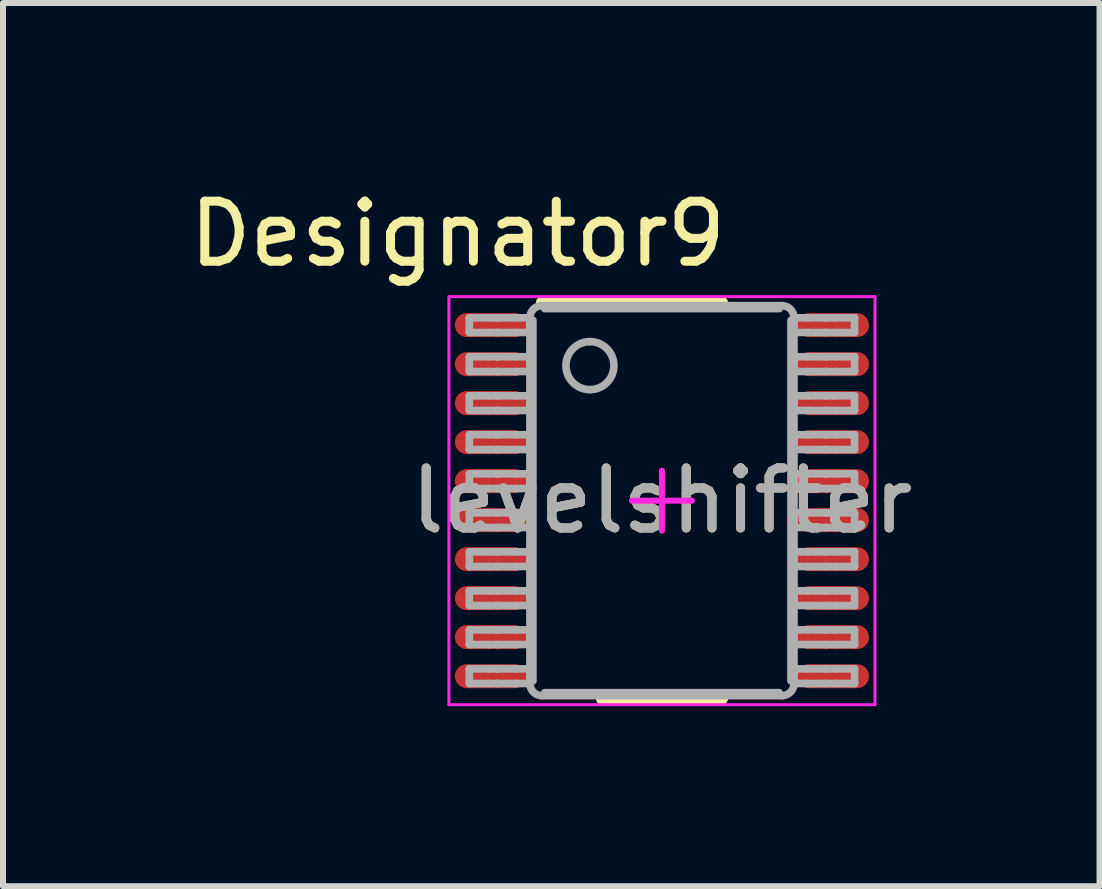
<source format=kicad_pcb>
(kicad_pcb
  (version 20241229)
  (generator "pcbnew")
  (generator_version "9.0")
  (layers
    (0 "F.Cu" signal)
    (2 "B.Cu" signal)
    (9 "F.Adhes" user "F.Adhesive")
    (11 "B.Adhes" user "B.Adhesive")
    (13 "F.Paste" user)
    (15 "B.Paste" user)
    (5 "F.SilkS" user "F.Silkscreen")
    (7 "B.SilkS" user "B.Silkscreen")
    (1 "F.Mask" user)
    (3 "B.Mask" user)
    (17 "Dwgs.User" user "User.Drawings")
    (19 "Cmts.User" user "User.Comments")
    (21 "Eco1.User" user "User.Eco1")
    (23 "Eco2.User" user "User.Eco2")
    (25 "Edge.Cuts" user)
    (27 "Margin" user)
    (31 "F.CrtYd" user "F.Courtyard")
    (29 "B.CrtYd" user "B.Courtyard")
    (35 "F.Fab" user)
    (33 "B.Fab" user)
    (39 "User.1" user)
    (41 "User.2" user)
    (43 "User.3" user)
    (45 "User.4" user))
  (footprint "levelshifter"
    (layer "F.Cu")
    (at 7.981 5.293)
    (property "Reference" "levelshifter" (at 0 0 0) (unlocked yes) (layer "F.SilkS") (effects (font (size 1 1) (thickness 0.15))))
    (attr smd)
    (fp_line (start -2 -3.3) (end 1 -3.3) (stroke (width 0.2) (type solid)) (layer "F.SilkS"))
    (fp_line (start -1 3.3) (end 1 3.3) (stroke (width 0.2) (type solid)) (layer "F.SilkS"))
    (fp_line (start -3.55 -3.4) (end 3.55 -3.4) (stroke (width 0.05) (type solid)) (layer "F.CrtYd"))
    (fp_line (start -3.55 3.4) (end -3.55 -3.4) (stroke (width 0.05) (type solid)) (layer "F.CrtYd"))
    (fp_line (start -3.55 3.4) (end 3.55 3.4) (stroke (width 0.05) (type solid)) (layer "F.CrtYd"))
    (fp_line (start -0.5 0) (end 0.5 0) (stroke (width 0.1) (type solid)) (layer "F.CrtYd"))
    (fp_line (start 0 0.5) (end 0 -0.5) (stroke (width 0.1) (type solid)) (layer "F.CrtYd"))
    (fp_line (start 3.55 3.4) (end 3.55 -3.4) (stroke (width 0.05) (type solid)) (layer "F.CrtYd"))
    (fp_line (start -3.21 -3.047) (end -2.887 -3.047) (stroke (width 0.127) (type solid)) (layer "F.Fab"))
    (fp_line (start -3.21 -2.803) (end -3.21 -3.047) (stroke (width 0.127) (type solid)) (layer "F.Fab"))
    (fp_line (start -3.21 -2.803) (end -2.887 -2.803) (stroke (width 0.127) (type solid)) (layer "F.Fab"))
    (fp_line (start -3.21 -2.398) (end -2.887 -2.398) (stroke (width 0.127) (type solid)) (layer "F.Fab"))
    (fp_line (start -3.21 -2.152) (end -3.21 -2.398) (stroke (width 0.127) (type solid)) (layer "F.Fab"))
    (fp_line (start -3.21 -2.152) (end -2.887 -2.152) (stroke (width 0.127) (type solid)) (layer "F.Fab"))
    (fp_line (start -3.21 -1.747) (end -2.887 -1.747) (stroke (width 0.127) (type solid)) (layer "F.Fab"))
    (fp_line (start -3.21 -1.503) (end -3.21 -1.747) (stroke (width 0.127) (type solid)) (layer "F.Fab"))
    (fp_line (start -3.21 -1.503) (end -2.887 -1.503) (stroke (width 0.127) (type solid)) (layer "F.Fab"))
    (fp_line (start -3.21 -1.098) (end -2.887 -1.098) (stroke (width 0.127) (type solid)) (layer "F.Fab"))
    (fp_line (start -3.21 -0.852) (end -3.21 -1.098) (stroke (width 0.127) (type solid)) (layer "F.Fab"))
    (fp_line (start -3.21 -0.852) (end -2.887 -0.852) (stroke (width 0.127) (type solid)) (layer "F.Fab"))
    (fp_line (start -3.21 -0.447) (end -2.887 -0.447) (stroke (width 0.127) (type solid)) (layer "F.Fab"))
    (fp_line (start -3.21 -0.202) (end -3.21 -0.447) (stroke (width 0.127) (type solid)) (layer "F.Fab"))
    (fp_line (start -3.21 -0.202) (end -2.887 -0.202) (stroke (width 0.127) (type solid)) (layer "F.Fab"))
    (fp_line (start -3.21 0.202) (end -2.887 0.202) (stroke (width 0.127) (type solid)) (layer "F.Fab"))
    (fp_line (start -3.21 0.448) (end -3.21 0.202) (stroke (width 0.127) (type solid)) (layer "F.Fab"))
    (fp_line (start -3.21 0.448) (end -2.887 0.448) (stroke (width 0.127) (type solid)) (layer "F.Fab"))
    (fp_line (start -3.21 0.853) (end -2.887 0.853) (stroke (width 0.127) (type solid)) (layer "F.Fab"))
    (fp_line (start -3.21 1.098) (end -3.21 0.853) (stroke (width 0.127) (type solid)) (layer "F.Fab"))
    (fp_line (start -3.21 1.098) (end -2.887 1.098) (stroke (width 0.127) (type solid)) (layer "F.Fab"))
    (fp_line (start -3.21 1.503) (end -2.887 1.503) (stroke (width 0.127) (type solid)) (layer "F.Fab"))
    (fp_line (start -3.21 1.748) (end -3.21 1.503) (stroke (width 0.127) (type solid)) (layer "F.Fab"))
    (fp_line (start -3.21 1.748) (end -2.887 1.748) (stroke (width 0.127) (type solid)) (layer "F.Fab"))
    (fp_line (start -3.21 2.153) (end -2.887 2.153) (stroke (width 0.127) (type solid)) (layer "F.Fab"))
    (fp_line (start -3.21 2.398) (end -3.21 2.153) (stroke (width 0.127) (type solid)) (layer "F.Fab"))
    (fp_line (start -3.21 2.398) (end -2.887 2.398) (stroke (width 0.127) (type solid)) (layer "F.Fab"))
    (fp_line (start -3.21 2.803) (end -2.887 2.803) (stroke (width 0.127) (type solid)) (layer "F.Fab"))
    (fp_line (start -3.21 3.047) (end -3.21 2.803) (stroke (width 0.127) (type solid)) (layer "F.Fab"))
    (fp_line (start -3.21 3.047) (end -2.887 3.047) (stroke (width 0.127) (type solid)) (layer "F.Fab"))
    (fp_line (start -2.887 -3.047) (end -2.739 -3.047) (stroke (width 0.127) (type solid)) (layer "F.Fab"))
    (fp_line (start -2.887 -2.803) (end -2.739 -2.803) (stroke (width 0.127) (type solid)) (layer "F.Fab"))
    (fp_line (start -2.887 -2.398) (end -2.739 -2.398) (stroke (width 0.127) (type solid)) (layer "F.Fab"))
    (fp_line (start -2.887 -2.152) (end -2.739 -2.152) (stroke (width 0.127) (type solid)) (layer "F.Fab"))
    (fp_line (start -2.887 -1.747) (end -2.739 -1.747) (stroke (width 0.127) (type solid)) (layer "F.Fab"))
    (fp_line (start -2.887 -1.503) (end -2.739 -1.503) (stroke (width 0.127) (type solid)) (layer "F.Fab"))
    (fp_line (start -2.887 -1.098) (end -2.739 -1.098) (stroke (width 0.127) (type solid)) (layer "F.Fab"))
    (fp_line (start -2.887 -0.852) (end -2.739 -0.852) (stroke (width 0.127) (type solid)) (layer "F.Fab"))
    (fp_line (start -2.887 -0.447) (end -2.739 -0.447) (stroke (width 0.127) (type solid)) (layer "F.Fab"))
    (fp_line (start -2.887 -0.202) (end -2.739 -0.202) (stroke (width 0.127) (type solid)) (layer "F.Fab"))
    (fp_line (start -2.887 0.202) (end -2.739 0.202) (stroke (width 0.127) (type solid)) (layer "F.Fab"))
    (fp_line (start -2.887 0.448) (end -2.739 0.448) (stroke (width 0.127) (type solid)) (layer "F.Fab"))
    (fp_line (start -2.887 0.853) (end -2.739 0.853) (stroke (width 0.127) (type solid)) (layer "F.Fab"))
    (fp_line (start -2.887 1.098) (end -2.739 1.098) (stroke (width 0.127) (type solid)) (layer "F.Fab"))
    (fp_line (start -2.887 1.503) (end -2.739 1.503) (stroke (width 0.127) (type solid)) (layer "F.Fab"))
    (fp_line (start -2.887 1.748) (end -2.739 1.748) (stroke (width 0.127) (type solid)) (layer "F.Fab"))
    (fp_line (start -2.887 2.153) (end -2.739 2.153) (stroke (width 0.127) (type solid)) (layer "F.Fab"))
    (fp_line (start -2.887 2.398) (end -2.739 2.398) (stroke (width 0.127) (type solid)) (layer "F.Fab"))
    (fp_line (start -2.887 2.803) (end -2.739 2.803) (stroke (width 0.127) (type solid)) (layer "F.Fab"))
    (fp_line (start -2.887 3.047) (end -2.739 3.047) (stroke (width 0.127) (type solid)) (layer "F.Fab"))
    (fp_line (start -2.739 -3.047) (end -2.733 -3.047) (stroke (width 0.127) (type solid)) (layer "F.Fab"))
    (fp_line (start -2.739 -2.803) (end -2.733 -2.803) (stroke (width 0.127) (type solid)) (layer "F.Fab"))
    (fp_line (start -2.739 -2.398) (end -2.733 -2.398) (stroke (width 0.127) (type solid)) (layer "F.Fab"))
    (fp_line (start -2.739 -2.152) (end -2.733 -2.152) (stroke (width 0.127) (type solid)) (layer "F.Fab"))
    (fp_line (start -2.739 -1.747) (end -2.733 -1.747) (stroke (width 0.127) (type solid)) (layer "F.Fab"))
    (fp_line (start -2.739 -1.503) (end -2.733 -1.503) (stroke (width 0.127) (type solid)) (layer "F.Fab"))
    (fp_line (start -2.739 -1.098) (end -2.733 -1.098) (stroke (width 0.127) (type solid)) (layer "F.Fab"))
    (fp_line (start -2.739 -0.852) (end -2.733 -0.852) (stroke (width 0.127) (type solid)) (layer "F.Fab"))
    (fp_line (start -2.739 -0.447) (end -2.733 -0.447) (stroke (width 0.127) (type solid)) (layer "F.Fab"))
    (fp_line (start -2.739 -0.202) (end -2.733 -0.202) (stroke (width 0.127) (type solid)) (layer "F.Fab"))
    (fp_line (start -2.739 0.202) (end -2.733 0.202) (stroke (width 0.127) (type solid)) (layer "F.Fab"))
    (fp_line (start -2.739 0.448) (end -2.733 0.448) (stroke (width 0.127) (type solid)) (layer "F.Fab"))
    (fp_line (start -2.739 0.853) (end -2.733 0.853) (stroke (width 0.127) (type solid)) (layer "F.Fab"))
    (fp_line (start -2.739 1.098) (end -2.733 1.098) (stroke (width 0.127) (type solid)) (layer "F.Fab"))
    (fp_line (start -2.739 1.503) (end -2.733 1.503) (stroke (width 0.127) (type solid)) (layer "F.Fab"))
    (fp_line (start -2.739 1.748) (end -2.733 1.748) (stroke (width 0.127) (type solid)) (layer "F.Fab"))
    (fp_line (start -2.739 2.153) (end -2.733 2.153) (stroke (width 0.127) (type solid)) (layer "F.Fab"))
    (fp_line (start -2.739 2.398) (end -2.733 2.398) (stroke (width 0.127) (type solid)) (layer "F.Fab"))
    (fp_line (start -2.739 2.803) (end -2.733 2.803) (stroke (width 0.127) (type solid)) (layer "F.Fab"))
    (fp_line (start -2.739 3.047) (end -2.733 3.047) (stroke (width 0.127) (type solid)) (layer "F.Fab"))
    (fp_line (start -2.733 -3.047) (end -2.431 -3.047) (stroke (width 0.127) (type solid)) (layer "F.Fab"))
    (fp_line (start -2.733 -2.803) (end -2.431 -2.803) (stroke (width 0.127) (type solid)) (layer "F.Fab"))
    (fp_line (start -2.733 -2.398) (end -2.431 -2.398) (stroke (width 0.127) (type solid)) (layer "F.Fab"))
    (fp_line (start -2.733 -2.152) (end -2.431 -2.152) (stroke (width 0.127) (type solid)) (layer "F.Fab"))
    (fp_line (start -2.733 -1.747) (end -2.431 -1.747) (stroke (width 0.127) (type solid)) (layer "F.Fab"))
    (fp_line (start -2.733 -1.503) (end -2.431 -1.503) (stroke (width 0.127) (type solid)) (layer "F.Fab"))
    (fp_line (start -2.733 -1.098) (end -2.431 -1.098) (stroke (width 0.127) (type solid)) (layer "F.Fab"))
    (fp_line (start -2.733 -0.852) (end -2.431 -0.852) (stroke (width 0.127) (type solid)) (layer "F.Fab"))
    (fp_line (start -2.733 -0.447) (end -2.431 -0.447) (stroke (width 0.127) (type solid)) (layer "F.Fab"))
    (fp_line (start -2.733 -0.202) (end -2.431 -0.202) (stroke (width 0.127) (type solid)) (layer "F.Fab"))
    (fp_line (start -2.733 0.202) (end -2.431 0.202) (stroke (width 0.127) (type solid)) (layer "F.Fab"))
    (fp_line (start -2.733 0.448) (end -2.431 0.448) (stroke (width 0.127) (type solid)) (layer "F.Fab"))
    (fp_line (start -2.733 0.853) (end -2.431 0.853) (stroke (width 0.127) (type solid)) (layer "F.Fab"))
    (fp_line (start -2.733 1.098) (end -2.431 1.098) (stroke (width 0.127) (type solid)) (layer "F.Fab"))
    (fp_line (start -2.733 1.503) (end -2.431 1.503) (stroke (width 0.127) (type solid)) (layer "F.Fab"))
    (fp_line (start -2.733 1.748) (end -2.431 1.748) (stroke (width 0.127) (type solid)) (layer "F.Fab"))
    (fp_line (start -2.733 2.153) (end -2.431 2.153) (stroke (width 0.127) (type solid)) (layer "F.Fab"))
    (fp_line (start -2.733 2.398) (end -2.431 2.398) (stroke (width 0.127) (type solid)) (layer "F.Fab"))
    (fp_line (start -2.733 2.803) (end -2.431 2.803) (stroke (width 0.127) (type solid)) (layer "F.Fab"))
    (fp_line (start -2.733 3.047) (end -2.431 3.047) (stroke (width 0.127) (type solid)) (layer "F.Fab"))
    (fp_line (start -2.431 -3.047) (end -2.2 -3.047) (stroke (width 0.127) (type solid)) (layer "F.Fab"))
    (fp_line (start -2.431 -2.803) (end -2.2 -2.803) (stroke (width 0.127) (type solid)) (layer "F.Fab"))
    (fp_line (start -2.431 -2.398) (end -2.2 -2.398) (stroke (width 0.127) (type solid)) (layer "F.Fab"))
    (fp_line (start -2.431 -2.152) (end -2.2 -2.152) (stroke (width 0.127) (type solid)) (layer "F.Fab"))
    (fp_line (start -2.431 -1.747) (end -2.2 -1.747) (stroke (width 0.127) (type solid)) (layer "F.Fab"))
    (fp_line (start -2.431 -1.503) (end -2.2 -1.503) (stroke (width 0.127) (type solid)) (layer "F.Fab"))
    (fp_line (start -2.431 -1.098) (end -2.2 -1.098) (stroke (width 0.127) (type solid)) (layer "F.Fab"))
    (fp_line (start -2.431 -0.852) (end -2.2 -0.852) (stroke (width 0.127) (type solid)) (layer "F.Fab"))
    (fp_line (start -2.431 -0.447) (end -2.2 -0.447) (stroke (width 0.127) (type solid)) (layer "F.Fab"))
    (fp_line (start -2.431 -0.202) (end -2.2 -0.202) (stroke (width 0.127) (type solid)) (layer "F.Fab"))
    (fp_line (start -2.431 0.202) (end -2.2 0.202) (stroke (width 0.127) (type solid)) (layer "F.Fab"))
    (fp_line (start -2.431 0.448) (end -2.2 0.448) (stroke (width 0.127) (type solid)) (layer "F.Fab"))
    (fp_line (start -2.431 0.853) (end -2.2 0.853) (stroke (width 0.127) (type solid)) (layer "F.Fab"))
    (fp_line (start -2.431 1.098) (end -2.2 1.098) (stroke (width 0.127) (type solid)) (layer "F.Fab"))
    (fp_line (start -2.431 1.503) (end -2.2 1.503) (stroke (width 0.127) (type solid)) (layer "F.Fab"))
    (fp_line (start -2.431 1.748) (end -2.2 1.748) (stroke (width 0.127) (type solid)) (layer "F.Fab"))
    (fp_line (start -2.431 2.153) (end -2.2 2.153) (stroke (width 0.127) (type solid)) (layer "F.Fab"))
    (fp_line (start -2.431 2.398) (end -2.2 2.398) (stroke (width 0.127) (type solid)) (layer "F.Fab"))
    (fp_line (start -2.431 2.803) (end -2.2 2.803) (stroke (width 0.127) (type solid)) (layer "F.Fab"))
    (fp_line (start -2.431 3.047) (end -2.2 3.047) (stroke (width 0.127) (type solid)) (layer "F.Fab"))
    (fp_line (start -2.2 -2.803) (end -2.2 -3.047) (stroke (width 0.127) (type solid)) (layer "F.Fab"))
    (fp_line (start -2.2 -2.152) (end -2.2 -2.398) (stroke (width 0.127) (type solid)) (layer "F.Fab"))
    (fp_line (start -2.2 -1.503) (end -2.2 -1.747) (stroke (width 0.127) (type solid)) (layer "F.Fab"))
    (fp_line (start -2.2 -0.852) (end -2.2 -1.098) (stroke (width 0.127) (type solid)) (layer "F.Fab"))
    (fp_line (start -2.2 -0.202) (end -2.2 -0.447) (stroke (width 0.127) (type solid)) (layer "F.Fab"))
    (fp_line (start -2.2 0.448) (end -2.2 0.202) (stroke (width 0.127) (type solid)) (layer "F.Fab"))
    (fp_line (start -2.2 1.098) (end -2.2 0.853) (stroke (width 0.127) (type solid)) (layer "F.Fab"))
    (fp_line (start -2.2 1.748) (end -2.2 1.503) (stroke (width 0.127) (type solid)) (layer "F.Fab"))
    (fp_line (start -2.2 2.398) (end -2.2 2.153) (stroke (width 0.127) (type solid)) (layer "F.Fab"))
    (fp_line (start -2.2 3.047) (end -2.2 2.803) (stroke (width 0.127) (type solid)) (layer "F.Fab"))
    (fp_line (start -2.2 3.05) (end -2.2 -3.05) (stroke (width 0.127) (type solid)) (layer "F.Fab"))
    (fp_line (start -2.15 3.004) (end -2.15 -3.004) (stroke (width 0.127) (type solid)) (layer "F.Fab"))
    (fp_line (start -2 -3.25) (end 2 -3.25) (stroke (width 0.127) (type solid)) (layer "F.Fab"))
    (fp_line (start -2 3.25) (end 2 3.25) (stroke (width 0.127) (type solid)) (layer "F.Fab"))
    (fp_line (start -1.954 -3.2) (end 1.954 -3.2) (stroke (width 0.127) (type solid)) (layer "F.Fab"))
    (fp_line (start -1.954 3.2) (end 1.954 3.2) (stroke (width 0.127) (type solid)) (layer "F.Fab"))
    (fp_line (start 2.15 3.004) (end 2.15 -3.004) (stroke (width 0.127) (type solid)) (layer "F.Fab"))
    (fp_line (start 2.2 -3.047) (end 2.43 -3.047) (stroke (width 0.127) (type solid)) (layer "F.Fab"))
    (fp_line (start 2.2 -2.803) (end 2.2 -3.047) (stroke (width 0.127) (type solid)) (layer "F.Fab"))
    (fp_line (start 2.2 -2.803) (end 2.43 -2.803) (stroke (width 0.127) (type solid)) (layer "F.Fab"))
    (fp_line (start 2.2 -2.398) (end 2.43 -2.398) (stroke (width 0.127) (type solid)) (layer "F.Fab"))
    (fp_line (start 2.2 -2.152) (end 2.2 -2.398) (stroke (width 0.127) (type solid)) (layer "F.Fab"))
    (fp_line (start 2.2 -2.152) (end 2.43 -2.152) (stroke (width 0.127) (type solid)) (layer "F.Fab"))
    (fp_line (start 2.2 -1.747) (end 2.43 -1.747) (stroke (width 0.127) (type solid)) (layer "F.Fab"))
    (fp_line (start 2.2 -1.503) (end 2.2 -1.747) (stroke (width 0.127) (type solid)) (layer "F.Fab"))
    (fp_line (start 2.2 -1.503) (end 2.43 -1.503) (stroke (width 0.127) (type solid)) (layer "F.Fab"))
    (fp_line (start 2.2 -1.098) (end 2.43 -1.098) (stroke (width 0.127) (type solid)) (layer "F.Fab"))
    (fp_line (start 2.2 -0.852) (end 2.2 -1.098) (stroke (width 0.127) (type solid)) (layer "F.Fab"))
    (fp_line (start 2.2 -0.852) (end 2.43 -0.852) (stroke (width 0.127) (type solid)) (layer "F.Fab"))
    (fp_line (start 2.2 -0.447) (end 2.43 -0.447) (stroke (width 0.127) (type solid)) (layer "F.Fab"))
    (fp_line (start 2.2 -0.202) (end 2.2 -0.447) (stroke (width 0.127) (type solid)) (layer "F.Fab"))
    (fp_line (start 2.2 -0.202) (end 2.43 -0.202) (stroke (width 0.127) (type solid)) (layer "F.Fab"))
    (fp_line (start 2.2 0.202) (end 2.43 0.202) (stroke (width 0.127) (type solid)) (layer "F.Fab"))
    (fp_line (start 2.2 0.448) (end 2.2 0.202) (stroke (width 0.127) (type solid)) (layer "F.Fab"))
    (fp_line (start 2.2 0.448) (end 2.43 0.448) (stroke (width 0.127) (type solid)) (layer "F.Fab"))
    (fp_line (start 2.2 0.853) (end 2.43 0.853) (stroke (width 0.127) (type solid)) (layer "F.Fab"))
    (fp_line (start 2.2 1.098) (end 2.2 0.853) (stroke (width 0.127) (type solid)) (layer "F.Fab"))
    (fp_line (start 2.2 1.098) (end 2.43 1.098) (stroke (width 0.127) (type solid)) (layer "F.Fab"))
    (fp_line (start 2.2 1.503) (end 2.43 1.503) (stroke (width 0.127) (type solid)) (layer "F.Fab"))
    (fp_line (start 2.2 1.748) (end 2.2 1.503) (stroke (width 0.127) (type solid)) (layer "F.Fab"))
    (fp_line (start 2.2 1.748) (end 2.43 1.748) (stroke (width 0.127) (type solid)) (layer "F.Fab"))
    (fp_line (start 2.2 2.153) (end 2.43 2.153) (stroke (width 0.127) (type solid)) (layer "F.Fab"))
    (fp_line (start 2.2 2.398) (end 2.2 2.153) (stroke (width 0.127) (type solid)) (layer "F.Fab"))
    (fp_line (start 2.2 2.398) (end 2.43 2.398) (stroke (width 0.127) (type solid)) (layer "F.Fab"))
    (fp_line (start 2.2 2.803) (end 2.43 2.803) (stroke (width 0.127) (type solid)) (layer "F.Fab"))
    (fp_line (start 2.2 3.047) (end 2.2 2.803) (stroke (width 0.127) (type solid)) (layer "F.Fab"))
    (fp_line (start 2.2 3.047) (end 2.43 3.047) (stroke (width 0.127) (type solid)) (layer "F.Fab"))
    (fp_line (start 2.2 3.05) (end 2.2 -3.05) (stroke (width 0.127) (type solid)) (layer "F.Fab"))
    (fp_line (start 2.43 -3.047) (end 2.733 -3.047) (stroke (width 0.127) (type solid)) (layer "F.Fab"))
    (fp_line (start 2.43 -2.803) (end 2.733 -2.803) (stroke (width 0.127) (type solid)) (layer "F.Fab"))
    (fp_line (start 2.43 -2.398) (end 2.733 -2.398) (stroke (width 0.127) (type solid)) (layer "F.Fab"))
    (fp_line (start 2.43 -2.152) (end 2.733 -2.152) (stroke (width 0.127) (type solid)) (layer "F.Fab"))
    (fp_line (start 2.43 -1.747) (end 2.733 -1.747) (stroke (width 0.127) (type solid)) (layer "F.Fab"))
    (fp_line (start 2.43 -1.503) (end 2.733 -1.503) (stroke (width 0.127) (type solid)) (layer "F.Fab"))
    (fp_line (start 2.43 -1.098) (end 2.733 -1.098) (stroke (width 0.127) (type solid)) (layer "F.Fab"))
    (fp_line (start 2.43 -0.852) (end 2.733 -0.852) (stroke (width 0.127) (type solid)) (layer "F.Fab"))
    (fp_line (start 2.43 -0.447) (end 2.733 -0.447) (stroke (width 0.127) (type solid)) (layer "F.Fab"))
    (fp_line (start 2.43 -0.202) (end 2.733 -0.202) (stroke (width 0.127) (type solid)) (layer "F.Fab"))
    (fp_line (start 2.43 0.202) (end 2.733 0.202) (stroke (width 0.127) (type solid)) (layer "F.Fab"))
    (fp_line (start 2.43 0.448) (end 2.733 0.448) (stroke (width 0.127) (type solid)) (layer "F.Fab"))
    (fp_line (start 2.43 0.853) (end 2.733 0.853) (stroke (width 0.127) (type solid)) (layer "F.Fab"))
    (fp_line (start 2.43 1.098) (end 2.733 1.098) (stroke (width 0.127) (type solid)) (layer "F.Fab"))
    (fp_line (start 2.43 1.503) (end 2.733 1.503) (stroke (width 0.127) (type solid)) (layer "F.Fab"))
    (fp_line (start 2.43 1.748) (end 2.733 1.748) (stroke (width 0.127) (type solid)) (layer "F.Fab"))
    (fp_line (start 2.43 2.153) (end 2.733 2.153) (stroke (width 0.127) (type solid)) (layer "F.Fab"))
    (fp_line (start 2.43 2.398) (end 2.733 2.398) (stroke (width 0.127) (type solid)) (layer "F.Fab"))
    (fp_line (start 2.43 2.803) (end 2.733 2.803) (stroke (width 0.127) (type solid)) (layer "F.Fab"))
    (fp_line (start 2.43 3.047) (end 2.733 3.047) (stroke (width 0.127) (type solid)) (layer "F.Fab"))
    (fp_line (start 2.733 -3.047) (end 2.739 -3.047) (stroke (width 0.127) (type solid)) (layer "F.Fab"))
    (fp_line (start 2.733 -2.803) (end 2.739 -2.803) (stroke (width 0.127) (type solid)) (layer "F.Fab"))
    (fp_line (start 2.733 -2.398) (end 2.739 -2.398) (stroke (width 0.127) (type solid)) (layer "F.Fab"))
    (fp_line (start 2.733 -2.152) (end 2.739 -2.152) (stroke (width 0.127) (type solid)) (layer "F.Fab"))
    (fp_line (start 2.733 -1.747) (end 2.739 -1.747) (stroke (width 0.127) (type solid)) (layer "F.Fab"))
    (fp_line (start 2.733 -1.503) (end 2.739 -1.503) (stroke (width 0.127) (type solid)) (layer "F.Fab"))
    (fp_line (start 2.733 -1.098) (end 2.739 -1.098) (stroke (width 0.127) (type solid)) (layer "F.Fab"))
    (fp_line (start 2.733 -0.852) (end 2.739 -0.852) (stroke (width 0.127) (type solid)) (layer "F.Fab"))
    (fp_line (start 2.733 -0.447) (end 2.739 -0.447) (stroke (width 0.127) (type solid)) (layer "F.Fab"))
    (fp_line (start 2.733 -0.202) (end 2.739 -0.202) (stroke (width 0.127) (type solid)) (layer "F.Fab"))
    (fp_line (start 2.733 0.202) (end 2.739 0.202) (stroke (width 0.127) (type solid)) (layer "F.Fab"))
    (fp_line (start 2.733 0.448) (end 2.739 0.448) (stroke (width 0.127) (type solid)) (layer "F.Fab"))
    (fp_line (start 2.733 0.853) (end 2.739 0.853) (stroke (width 0.127) (type solid)) (layer "F.Fab"))
    (fp_line (start 2.733 1.098) (end 2.739 1.098) (stroke (width 0.127) (type solid)) (layer "F.Fab"))
    (fp_line (start 2.733 1.503) (end 2.739 1.503) (stroke (width 0.127) (type solid)) (layer "F.Fab"))
    (fp_line (start 2.733 1.748) (end 2.739 1.748) (stroke (width 0.127) (type solid)) (layer "F.Fab"))
    (fp_line (start 2.733 2.153) (end 2.739 2.153) (stroke (width 0.127) (type solid)) (layer "F.Fab"))
    (fp_line (start 2.733 2.398) (end 2.739 2.398) (stroke (width 0.127) (type solid)) (layer "F.Fab"))
    (fp_line (start 2.733 2.803) (end 2.739 2.803) (stroke (width 0.127) (type solid)) (layer "F.Fab"))
    (fp_line (start 2.733 3.047) (end 2.739 3.047) (stroke (width 0.127) (type solid)) (layer "F.Fab"))
    (fp_line (start 2.739 -3.047) (end 2.887 -3.047) (stroke (width 0.127) (type solid)) (layer "F.Fab"))
    (fp_line (start 2.739 -2.803) (end 2.887 -2.803) (stroke (width 0.127) (type solid)) (layer "F.Fab"))
    (fp_line (start 2.739 -2.398) (end 2.887 -2.398) (stroke (width 0.127) (type solid)) (layer "F.Fab"))
    (fp_line (start 2.739 -2.152) (end 2.887 -2.152) (stroke (width 0.127) (type solid)) (layer "F.Fab"))
    (fp_line (start 2.739 -1.747) (end 2.887 -1.747) (stroke (width 0.127) (type solid)) (layer "F.Fab"))
    (fp_line (start 2.739 -1.503) (end 2.887 -1.503) (stroke (width 0.127) (type solid)) (layer "F.Fab"))
    (fp_line (start 2.739 -1.098) (end 2.887 -1.098) (stroke (width 0.127) (type solid)) (layer "F.Fab"))
    (fp_line (start 2.739 -0.852) (end 2.887 -0.852) (stroke (width 0.127) (type solid)) (layer "F.Fab"))
    (fp_line (start 2.739 -0.447) (end 2.887 -0.447) (stroke (width 0.127) (type solid)) (layer "F.Fab"))
    (fp_line (start 2.739 -0.202) (end 2.887 -0.202) (stroke (width 0.127) (type solid)) (layer "F.Fab"))
    (fp_line (start 2.739 0.202) (end 2.887 0.202) (stroke (width 0.127) (type solid)) (layer "F.Fab"))
    (fp_line (start 2.739 0.448) (end 2.887 0.448) (stroke (width 0.127) (type solid)) (layer "F.Fab"))
    (fp_line (start 2.739 0.853) (end 2.887 0.853) (stroke (width 0.127) (type solid)) (layer "F.Fab"))
    (fp_line (start 2.739 1.098) (end 2.887 1.098) (stroke (width 0.127) (type solid)) (layer "F.Fab"))
    (fp_line (start 2.739 1.503) (end 2.887 1.503) (stroke (width 0.127) (type solid)) (layer "F.Fab"))
    (fp_line (start 2.739 1.748) (end 2.887 1.748) (stroke (width 0.127) (type solid)) (layer "F.Fab"))
    (fp_line (start 2.739 2.153) (end 2.887 2.153) (stroke (width 0.127) (type solid)) (layer "F.Fab"))
    (fp_line (start 2.739 2.398) (end 2.887 2.398) (stroke (width 0.127) (type solid)) (layer "F.Fab"))
    (fp_line (start 2.739 2.803) (end 2.887 2.803) (stroke (width 0.127) (type solid)) (layer "F.Fab"))
    (fp_line (start 2.739 3.047) (end 2.887 3.047) (stroke (width 0.127) (type solid)) (layer "F.Fab"))
    (fp_line (start 2.887 -3.047) (end 3.21 -3.047) (stroke (width 0.127) (type solid)) (layer "F.Fab"))
    (fp_line (start 2.887 -2.803) (end 3.21 -2.803) (stroke (width 0.127) (type solid)) (layer "F.Fab"))
    (fp_line (start 2.887 -2.398) (end 3.21 -2.398) (stroke (width 0.127) (type solid)) (layer "F.Fab"))
    (fp_line (start 2.887 -2.152) (end 3.21 -2.152) (stroke (width 0.127) (type solid)) (layer "F.Fab"))
    (fp_line (start 2.887 -1.747) (end 3.21 -1.747) (stroke (width 0.127) (type solid)) (layer "F.Fab"))
    (fp_line (start 2.887 -1.503) (end 3.21 -1.503) (stroke (width 0.127) (type solid)) (layer "F.Fab"))
    (fp_line (start 2.887 -1.098) (end 3.21 -1.098) (stroke (width 0.127) (type solid)) (layer "F.Fab"))
    (fp_line (start 2.887 -0.852) (end 3.21 -0.852) (stroke (width 0.127) (type solid)) (layer "F.Fab"))
    (fp_line (start 2.887 -0.447) (end 3.21 -0.447) (stroke (width 0.127) (type solid)) (layer "F.Fab"))
    (fp_line (start 2.887 -0.202) (end 3.21 -0.202) (stroke (width 0.127) (type solid)) (layer "F.Fab"))
    (fp_line (start 2.887 0.202) (end 3.21 0.202) (stroke (width 0.127) (type solid)) (layer "F.Fab"))
    (fp_line (start 2.887 0.448) (end 3.21 0.448) (stroke (width 0.127) (type solid)) (layer "F.Fab"))
    (fp_line (start 2.887 0.853) (end 3.21 0.853) (stroke (width 0.127) (type solid)) (layer "F.Fab"))
    (fp_line (start 2.887 1.098) (end 3.21 1.098) (stroke (width 0.127) (type solid)) (layer "F.Fab"))
    (fp_line (start 2.887 1.503) (end 3.21 1.503) (stroke (width 0.127) (type solid)) (layer "F.Fab"))
    (fp_line (start 2.887 1.748) (end 3.21 1.748) (stroke (width 0.127) (type solid)) (layer "F.Fab"))
    (fp_line (start 2.887 2.153) (end 3.21 2.153) (stroke (width 0.127) (type solid)) (layer "F.Fab"))
    (fp_line (start 2.887 2.398) (end 3.21 2.398) (stroke (width 0.127) (type solid)) (layer "F.Fab"))
    (fp_line (start 2.887 2.803) (end 3.21 2.803) (stroke (width 0.127) (type solid)) (layer "F.Fab"))
    (fp_line (start 2.887 3.047) (end 3.21 3.047) (stroke (width 0.127) (type solid)) (layer "F.Fab"))
    (fp_line (start 3.21 -2.803) (end 3.21 -3.047) (stroke (width 0.127) (type solid)) (layer "F.Fab"))
    (fp_line (start 3.21 -2.152) (end 3.21 -2.398) (stroke (width 0.127) (type solid)) (layer "F.Fab"))
    (fp_line (start 3.21 -1.503) (end 3.21 -1.747) (stroke (width 0.127) (type solid)) (layer "F.Fab"))
    (fp_line (start 3.21 -0.852) (end 3.21 -1.098) (stroke (width 0.127) (type solid)) (layer "F.Fab"))
    (fp_line (start 3.21 -0.202) (end 3.21 -0.447) (stroke (width 0.127) (type solid)) (layer "F.Fab"))
    (fp_line (start 3.21 0.448) (end 3.21 0.202) (stroke (width 0.127) (type solid)) (layer "F.Fab"))
    (fp_line (start 3.21 1.098) (end 3.21 0.853) (stroke (width 0.127) (type solid)) (layer "F.Fab"))
    (fp_line (start 3.21 1.748) (end 3.21 1.503) (stroke (width 0.127) (type solid)) (layer "F.Fab"))
    (fp_line (start 3.21 2.398) (end 3.21 2.153) (stroke (width 0.127) (type solid)) (layer "F.Fab"))
    (fp_line (start 3.21 3.047) (end 3.21 2.803) (stroke (width 0.127) (type solid)) (layer "F.Fab"))
    (fp_arc (start -2.200026 -3.050001) (mid -2.141435 -3.191428) (end -2.000001 -3.250001) (stroke (width 0.127) (type solid)) (layer "F.Fab"))
    (fp_arc (start -2.000001 3.250011) (mid -2.141435 3.191438) (end -2.200026 3.050012) (stroke (width 0.127) (type solid)) (layer "F.Fab"))
    (fp_arc (start -1.200003 -2.650002) (mid -0.800003 -2.250003) (end -1.200003 -1.850004) (stroke (width 0.127) (type solid)) (layer "F.Fab"))
    (fp_arc (start -1.200003 -1.850004) (mid -1.600002 -2.250003) (end -1.200003 -2.650002) (stroke (width 0.127) (type solid)) (layer "F.Fab"))
    (fp_arc (start 1.999991 -3.250001) (mid 2.141412 -3.191423) (end 2.199991 -3.050002) (stroke (width 0.127) (type solid)) (layer "F.Fab"))
    (fp_arc (start 2.199991 3.050012) (mid 2.141412 3.191433) (end 1.999991 3.250011) (stroke (width 0.127) (type solid)) (layer "F.Fab"))
    (fp_text user "Designator9" (at -3.404 -4.445 0) (unlocked yes) (layer "F.SilkS") (effects (font (size 1 1) (thickness 0.15))))
    (fp_text user "${REFERENCE}" (at 0 0 0) (unlocked yes) (layer "F.Fab") (effects (font (size 1 1) (thickness 0.15))))
    (pad "1" smd oval (at -2.85 -2.925 90) (size 0.4 1.2) (layers "F.Cu" "F.Mask" "F.Paste"))
    (pad "2" smd oval (at -2.85 -2.275 90) (size 0.4 1.2) (layers "F.Cu" "F.Mask" "F.Paste"))
    (pad "3" smd oval (at -2.85 -1.625 90) (size 0.4 1.2) (layers "F.Cu" "F.Mask" "F.Paste"))
    (pad "4" smd oval (at -2.85 -0.975 90) (size 0.4 1.2) (layers "F.Cu" "F.Mask" "F.Paste"))
    (pad "5" smd oval (at -2.85 -0.325 90) (size 0.4 1.2) (layers "F.Cu" "F.Mask" "F.Paste"))
    (pad "6" smd oval (at -2.85 0.325 90) (size 0.4 1.2) (layers "F.Cu" "F.Mask" "F.Paste"))
    (pad "7" smd oval (at -2.85 0.975 90) (size 0.4 1.2) (layers "F.Cu" "F.Mask" "F.Paste"))
    (pad "8" smd oval (at -2.85 1.625 90) (size 0.4 1.2) (layers "F.Cu" "F.Mask" "F.Paste"))
    (pad "9" smd oval (at -2.85 2.275 90) (size 0.4 1.2) (layers "F.Cu" "F.Mask" "F.Paste"))
    (pad "10" smd oval (at -2.85 2.925 90) (size 0.4 1.2) (layers "F.Cu" "F.Mask" "F.Paste"))
    (pad "11" smd oval (at 2.85 2.925 90) (size 0.4 1.2) (layers "F.Cu" "F.Mask" "F.Paste"))
    (pad "12" smd oval (at 2.85 2.275 90) (size 0.4 1.2) (layers "F.Cu" "F.Mask" "F.Paste"))
    (pad "13" smd oval (at 2.85 1.625 90) (size 0.4 1.2) (layers "F.Cu" "F.Mask" "F.Paste"))
    (pad "14" smd oval (at 2.85 0.975 90) (size 0.4 1.2) (layers "F.Cu" "F.Mask" "F.Paste"))
    (pad "15" smd oval (at 2.85 0.325 90) (size 0.4 1.2) (layers "F.Cu" "F.Mask" "F.Paste"))
    (pad "16" smd oval (at 2.85 -0.325 90) (size 0.4 1.2) (layers "F.Cu" "F.Mask" "F.Paste"))
    (pad "17" smd oval (at 2.85 -0.975 90) (size 0.4 1.2) (layers "F.Cu" "F.Mask" "F.Paste"))
    (pad "18" smd oval (at 2.85 -1.625 90) (size 0.4 1.2) (layers "F.Cu" "F.Mask" "F.Paste"))
    (pad "19" smd oval (at 2.85 -2.275 90) (size 0.4 1.2) (layers "F.Cu" "F.Mask" "F.Paste"))
    (pad "20" smd oval (at 2.85 -2.925 90) (size 0.4 1.2) (layers "F.Cu" "F.Mask" "F.Paste")))
  (gr_rect
    (start -3 -3)
    (end 15.273 11.718)
    (stroke (width 0.1) (type default))
    (fill no)
    (layer "Edge.Cuts")))
</source>
